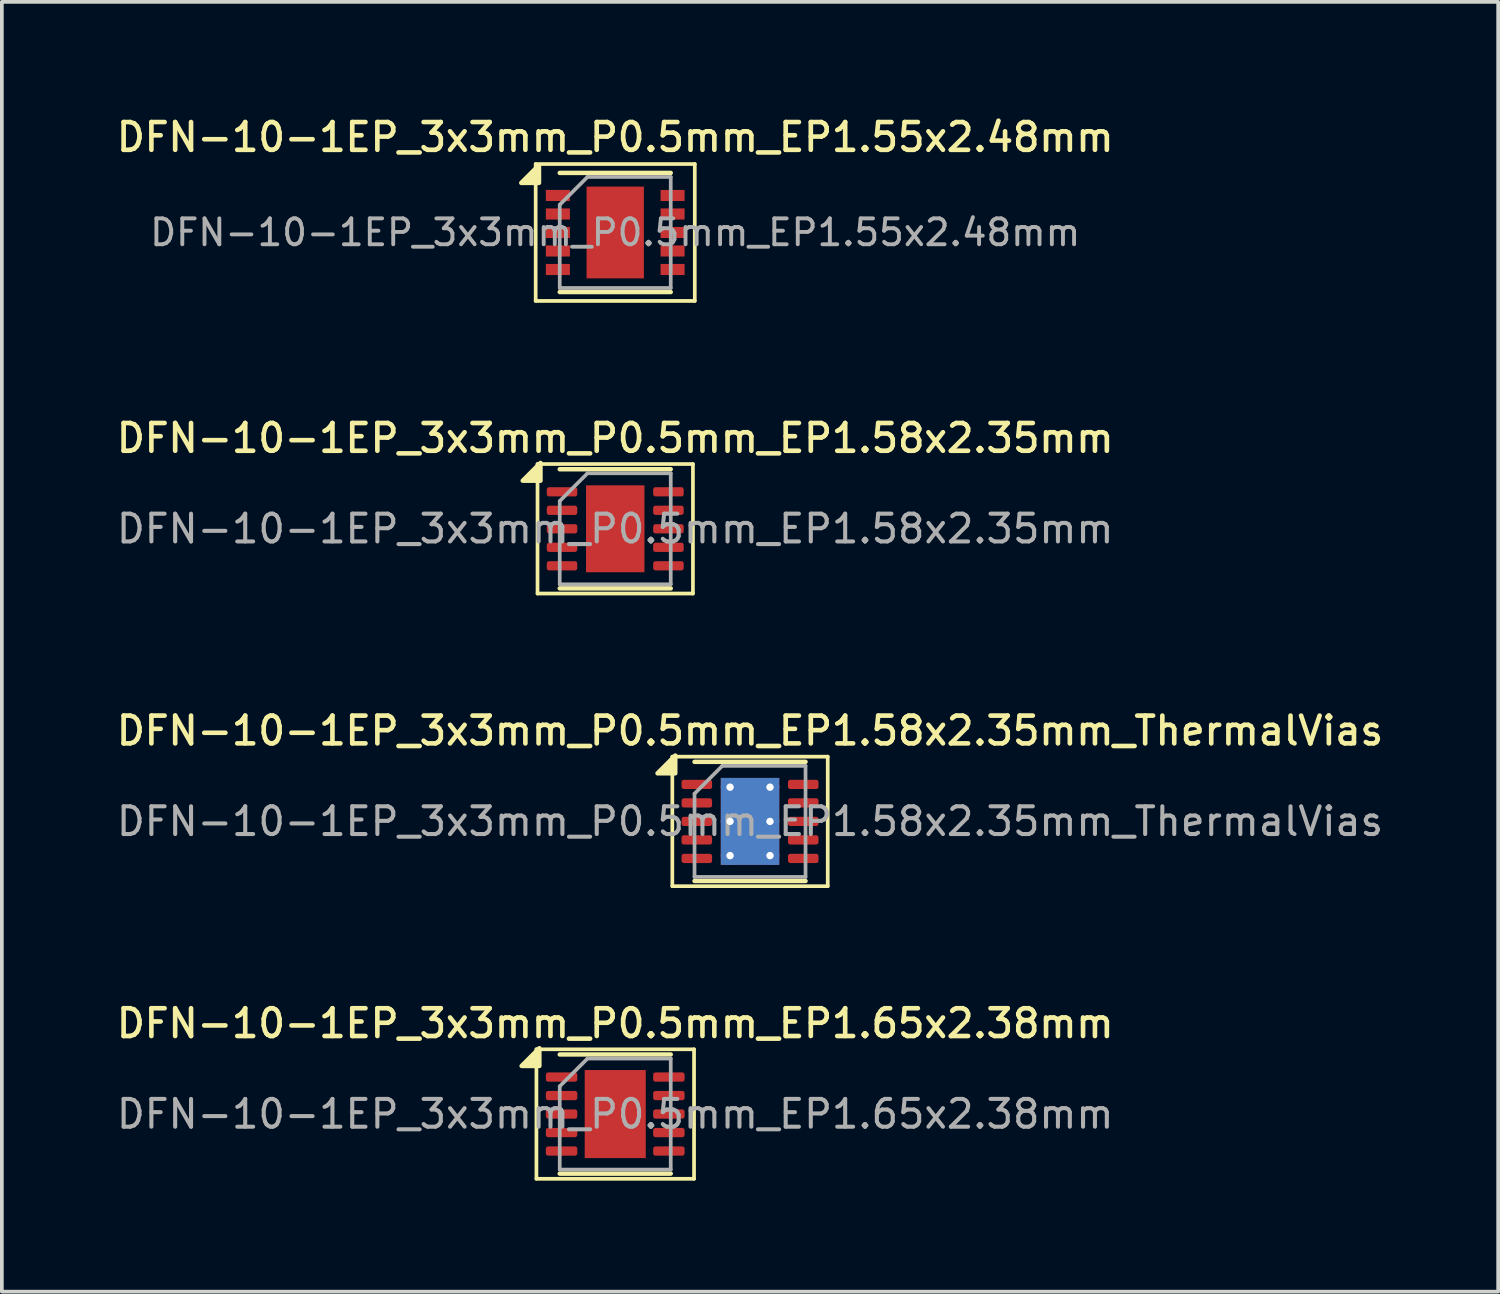
<source format=kicad_pcb>
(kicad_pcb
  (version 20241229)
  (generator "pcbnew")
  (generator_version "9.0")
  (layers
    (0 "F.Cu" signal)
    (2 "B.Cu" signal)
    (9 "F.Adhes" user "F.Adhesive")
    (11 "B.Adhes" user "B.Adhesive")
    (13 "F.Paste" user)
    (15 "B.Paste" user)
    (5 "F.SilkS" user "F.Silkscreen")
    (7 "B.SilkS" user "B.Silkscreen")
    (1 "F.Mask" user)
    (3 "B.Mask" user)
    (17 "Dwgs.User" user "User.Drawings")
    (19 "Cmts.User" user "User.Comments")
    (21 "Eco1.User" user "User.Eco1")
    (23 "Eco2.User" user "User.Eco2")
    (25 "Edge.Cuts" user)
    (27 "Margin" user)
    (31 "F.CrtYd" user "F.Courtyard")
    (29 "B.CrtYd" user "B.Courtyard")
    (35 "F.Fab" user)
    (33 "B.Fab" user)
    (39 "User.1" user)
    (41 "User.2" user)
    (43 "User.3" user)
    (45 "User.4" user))
  (footprint "DFN-10-1EP_3x3mm_P0.5mm_EP1.55x2.48mm"
    (layer "F.Cu")
    (at 13.577 3.233)
    (property "Reference" "DFN-10-1EP_3x3mm_P0.5mm_EP1.55x2.48mm" (at 0 -2.575 0) (layer "F.SilkS") (effects (font (size 0.75 0.75) (thickness 0.125))))
    (attr smd)
    (fp_line (start -2.15 -1.85) (end -2.15 1.85) (stroke (width 0.1) (type solid)) (layer "F.SilkS"))
    (fp_line (start -2.15 -1.85) (end 2.15 -1.85) (stroke (width 0.1) (type solid)) (layer "F.SilkS"))
    (fp_line (start -2.15 1.85) (end 2.15 1.85) (stroke (width 0.1) (type solid)) (layer "F.SilkS"))
    (fp_line (start -1.5 -1.61) (end 1.5 -1.61) (stroke (width 0.12) (type solid)) (layer "F.SilkS"))
    (fp_line (start -1.5 1.61) (end 1.5 1.61) (stroke (width 0.12) (type solid)) (layer "F.SilkS"))
    (fp_line (start 2.15 -1.85) (end 2.15 1.85) (stroke (width 0.1) (type solid)) (layer "F.SilkS"))
    (fp_poly (pts (xy -2.06 -1.34) (xy -2.54 -1.34) (xy -2.06 -1.82) (xy -2.06 -1.34)) (stroke (width 0.12) (type solid)) (fill yes) (layer "F.SilkS"))
    (fp_line (start -1.5 -0.75) (end -0.75 -1.5) (stroke (width 0.1) (type solid)) (layer "F.Fab"))
    (fp_line (start -1.5 1.5) (end -1.5 -0.75) (stroke (width 0.1) (type solid)) (layer "F.Fab"))
    (fp_line (start -0.75 -1.5) (end 1.5 -1.5) (stroke (width 0.1) (type solid)) (layer "F.Fab"))
    (fp_line (start 1.5 -1.5) (end 1.5 1.5) (stroke (width 0.1) (type solid)) (layer "F.Fab"))
    (fp_line (start 1.5 1.5) (end -1.5 1.5) (stroke (width 0.1) (type solid)) (layer "F.Fab"))
    (fp_text user "${REFERENCE}" (at 0 0 0) (layer "F.Fab") (effects (font (size 0.7 0.7) (thickness 0.105))))
    (pad "" smd rect (at -0.388 -0.62) (size 0.6 1.05) (layers "F.Paste"))
    (pad "" smd rect (at -0.388 0.62) (size 0.6 1.05) (layers "F.Paste"))
    (pad "" smd rect (at 0.388 -0.62) (size 0.6 1.05) (layers "F.Paste"))
    (pad "" smd rect (at 0.388 0.62) (size 0.6 1.05) (layers "F.Paste"))
    (pad "1" smd rect (at -1.55 -1) (size 0.65 0.3) (layers "F.Cu" "F.Mask" "F.Paste"))
    (pad "2" smd rect (at -1.55 -0.5) (size 0.65 0.3) (layers "F.Cu" "F.Mask" "F.Paste"))
    (pad "3" smd rect (at -1.55 0) (size 0.65 0.3) (layers "F.Cu" "F.Mask" "F.Paste"))
    (pad "4" smd rect (at -1.55 0.5) (size 0.65 0.3) (layers "F.Cu" "F.Mask" "F.Paste"))
    (pad "5" smd rect (at -1.55 1) (size 0.65 0.3) (layers "F.Cu" "F.Mask" "F.Paste"))
    (pad "6" smd rect (at 1.55 1) (size 0.65 0.3) (layers "F.Cu" "F.Mask" "F.Paste"))
    (pad "7" smd rect (at 1.55 0.5) (size 0.65 0.3) (layers "F.Cu" "F.Mask" "F.Paste"))
    (pad "8" smd rect (at 1.55 0) (size 0.65 0.3) (layers "F.Cu" "F.Mask" "F.Paste"))
    (pad "9" smd rect (at 1.55 -0.5) (size 0.65 0.3) (layers "F.Cu" "F.Mask" "F.Paste"))
    (pad "10" smd rect (at 1.55 -1) (size 0.65 0.3) (layers "F.Cu" "F.Mask" "F.Paste"))
    (pad "11" smd rect (at 0 0) (size 1.55 2.48) (layers "F.Cu" "F.Mask")))
  (footprint "DFN-10-1EP_3x3mm_P0.5mm_EP1.58x2.35mm_ThermalVias"
    (layer "F.Cu")
    (at 17.22 19.149)
    (property "Reference" "DFN-10-1EP_3x3mm_P0.5mm_EP1.58x2.35mm_ThermalVias" (at 0 -2.45 0) (layer "F.SilkS") (effects (font (size 0.75 0.75) (thickness 0.125))))
    (attr smd)
    (fp_line (start -2.1 -1.75) (end -2.1 1.75) (stroke (width 0.1) (type solid)) (layer "F.SilkS"))
    (fp_line (start -2.1 1.75) (end 2.1 1.75) (stroke (width 0.1) (type solid)) (layer "F.SilkS"))
    (fp_line (start -1.5 -1.61) (end 1.5 -1.61) (stroke (width 0.12) (type solid)) (layer "F.SilkS"))
    (fp_line (start -1.5 1.61) (end 1.5 1.61) (stroke (width 0.12) (type solid)) (layer "F.SilkS"))
    (fp_line (start 2.1 -1.75) (end -2.1 -1.75) (stroke (width 0.1) (type solid)) (layer "F.SilkS"))
    (fp_line (start 2.1 1.75) (end 2.1 -1.75) (stroke (width 0.1) (type solid)) (layer "F.SilkS"))
    (fp_poly (pts (xy -2.02 -1.3) (xy -2.5 -1.3) (xy -2.02 -1.78) (xy -2.02 -1.3)) (stroke (width 0.12) (type solid)) (fill yes) (layer "F.SilkS"))
    (fp_line (start -1.5 -0.75) (end -0.75 -1.5) (stroke (width 0.1) (type solid)) (layer "F.Fab"))
    (fp_line (start -1.5 1.5) (end -1.5 -0.75) (stroke (width 0.1) (type solid)) (layer "F.Fab"))
    (fp_line (start -0.75 -1.5) (end 1.5 -1.5) (stroke (width 0.1) (type solid)) (layer "F.Fab"))
    (fp_line (start 1.5 -1.5) (end 1.5 1.5) (stroke (width 0.1) (type solid)) (layer "F.Fab"))
    (fp_line (start 1.5 1.5) (end -1.5 1.5) (stroke (width 0.1) (type solid)) (layer "F.Fab"))
    (fp_text user "${REFERENCE}" (at 0 0 0) (layer "F.Fab") (effects (font (size 0.75 0.75) (thickness 0.11))))
    (pad "" smd roundrect (at 0 -0.59) (size 1.27 0.95) (layers "F.Paste") (roundrect_rratio 0.25))
    (pad "" smd roundrect (at 0 0.59) (size 1.27 0.95) (layers "F.Paste") (roundrect_rratio 0.25))
    (pad "1" smd roundrect (at -1.438 -1) (size 0.825 0.25) (layers "F.Cu" "F.Mask" "F.Paste") (roundrect_rratio 0.25))
    (pad "2" smd roundrect (at -1.438 -0.5) (size 0.825 0.25) (layers "F.Cu" "F.Mask" "F.Paste") (roundrect_rratio 0.25))
    (pad "3" smd roundrect (at -1.438 0) (size 0.825 0.25) (layers "F.Cu" "F.Mask" "F.Paste") (roundrect_rratio 0.25))
    (pad "4" smd roundrect (at -1.438 0.5) (size 0.825 0.25) (layers "F.Cu" "F.Mask" "F.Paste") (roundrect_rratio 0.25))
    (pad "5" smd roundrect (at -1.438 1) (size 0.825 0.25) (layers "F.Cu" "F.Mask" "F.Paste") (roundrect_rratio 0.25))
    (pad "6" smd roundrect (at 1.438 1) (size 0.825 0.25) (layers "F.Cu" "F.Mask" "F.Paste") (roundrect_rratio 0.25))
    (pad "7" smd roundrect (at 1.438 0.5) (size 0.825 0.25) (layers "F.Cu" "F.Mask" "F.Paste") (roundrect_rratio 0.25))
    (pad "8" smd roundrect (at 1.438 0) (size 0.825 0.25) (layers "F.Cu" "F.Mask" "F.Paste") (roundrect_rratio 0.25))
    (pad "9" smd roundrect (at 1.438 -0.5) (size 0.825 0.25) (layers "F.Cu" "F.Mask" "F.Paste") (roundrect_rratio 0.25))
    (pad "10" smd roundrect (at 1.438 -1) (size 0.825 0.25) (layers "F.Cu" "F.Mask" "F.Paste") (roundrect_rratio 0.25))
    (pad "11" thru_hole circle (at -0.54 -0.925) (size 0.5 0.5) (drill 0.2) (property pad_prop_heatsink) (layers "*.Cu"))
    (pad "11" thru_hole circle (at -0.54 0) (size 0.5 0.5) (drill 0.2) (property pad_prop_heatsink) (layers "*.Cu"))
    (pad "11" thru_hole circle (at -0.54 0.925) (size 0.5 0.5) (drill 0.2) (property pad_prop_heatsink) (layers "*.Cu"))
    (pad "11" smd rect (at 0 0) (size 1.58 2.35) (property pad_prop_heatsink) (layers "F.Cu" "F.Mask"))
    (pad "11" smd rect (at 0 0) (size 1.58 2.35) (property pad_prop_heatsink) (layers "B.Cu"))
    (pad "11" thru_hole circle (at 0.54 -0.925) (size 0.5 0.5) (drill 0.2) (property pad_prop_heatsink) (layers "*.Cu"))
    (pad "11" thru_hole circle (at 0.54 0) (size 0.5 0.5) (drill 0.2) (property pad_prop_heatsink) (layers "*.Cu"))
    (pad "11" thru_hole circle (at 0.54 0.925) (size 0.5 0.5) (drill 0.2) (property pad_prop_heatsink) (layers "*.Cu")))
  (footprint "DFN-10-1EP_3x3mm_P0.5mm_EP1.65x2.38mm"
    (layer "F.Cu")
    (at 13.577 27.058)
    (property "Reference" "DFN-10-1EP_3x3mm_P0.5mm_EP1.65x2.38mm" (at 0 -2.45 0) (layer "F.SilkS") (effects (font (size 0.75 0.75) (thickness 0.125))))
    (attr smd)
    (fp_line (start -2.13 -1.75) (end -2.13 1.75) (stroke (width 0.1) (type solid)) (layer "F.SilkS"))
    (fp_line (start -2.13 1.75) (end 2.13 1.75) (stroke (width 0.1) (type solid)) (layer "F.SilkS"))
    (fp_line (start -1.5 -1.61) (end 1.5 -1.61) (stroke (width 0.12) (type solid)) (layer "F.SilkS"))
    (fp_line (start -1.5 1.61) (end 1.5 1.61) (stroke (width 0.12) (type solid)) (layer "F.SilkS"))
    (fp_line (start 2.13 -1.75) (end -2.13 -1.75) (stroke (width 0.1) (type solid)) (layer "F.SilkS"))
    (fp_line (start 2.13 1.75) (end 2.13 -1.75) (stroke (width 0.1) (type solid)) (layer "F.SilkS"))
    (fp_poly (pts (xy -2.05 -1.3) (xy -2.53 -1.3) (xy -2.05 -1.78) (xy -2.05 -1.3)) (stroke (width 0.12) (type solid)) (fill yes) (layer "F.SilkS"))
    (fp_line (start -1.5 -0.75) (end -0.75 -1.5) (stroke (width 0.1) (type solid)) (layer "F.Fab"))
    (fp_line (start -1.5 1.5) (end -1.5 -0.75) (stroke (width 0.1) (type solid)) (layer "F.Fab"))
    (fp_line (start -0.75 -1.5) (end 1.5 -1.5) (stroke (width 0.1) (type solid)) (layer "F.Fab"))
    (fp_line (start 1.5 -1.5) (end 1.5 1.5) (stroke (width 0.1) (type solid)) (layer "F.Fab"))
    (fp_line (start 1.5 1.5) (end -1.5 1.5) (stroke (width 0.1) (type solid)) (layer "F.Fab"))
    (fp_text user "${REFERENCE}" (at 0 0 0) (layer "F.Fab") (effects (font (size 0.75 0.75) (thickness 0.11))))
    (pad "" smd roundrect (at -0.41 -0.595) (size 0.67 0.96) (layers "F.Paste") (roundrect_rratio 0.25))
    (pad "" smd roundrect (at -0.41 0.595) (size 0.67 0.96) (layers "F.Paste") (roundrect_rratio 0.25))
    (pad "" smd roundrect (at 0.41 -0.595) (size 0.67 0.96) (layers "F.Paste") (roundrect_rratio 0.25))
    (pad "" smd roundrect (at 0.41 0.595) (size 0.67 0.96) (layers "F.Paste") (roundrect_rratio 0.25))
    (pad "1" smd roundrect (at -1.45 -1) (size 0.85 0.25) (layers "F.Cu" "F.Mask" "F.Paste") (roundrect_rratio 0.25))
    (pad "2" smd roundrect (at -1.45 -0.5) (size 0.85 0.25) (layers "F.Cu" "F.Mask" "F.Paste") (roundrect_rratio 0.25))
    (pad "3" smd roundrect (at -1.45 0) (size 0.85 0.25) (layers "F.Cu" "F.Mask" "F.Paste") (roundrect_rratio 0.25))
    (pad "4" smd roundrect (at -1.45 0.5) (size 0.85 0.25) (layers "F.Cu" "F.Mask" "F.Paste") (roundrect_rratio 0.25))
    (pad "5" smd roundrect (at -1.45 1) (size 0.85 0.25) (layers "F.Cu" "F.Mask" "F.Paste") (roundrect_rratio 0.25))
    (pad "6" smd roundrect (at 1.45 1) (size 0.85 0.25) (layers "F.Cu" "F.Mask" "F.Paste") (roundrect_rratio 0.25))
    (pad "7" smd roundrect (at 1.45 0.5) (size 0.85 0.25) (layers "F.Cu" "F.Mask" "F.Paste") (roundrect_rratio 0.25))
    (pad "8" smd roundrect (at 1.45 0) (size 0.85 0.25) (layers "F.Cu" "F.Mask" "F.Paste") (roundrect_rratio 0.25))
    (pad "9" smd roundrect (at 1.45 -0.5) (size 0.85 0.25) (layers "F.Cu" "F.Mask" "F.Paste") (roundrect_rratio 0.25))
    (pad "10" smd roundrect (at 1.45 -1) (size 0.85 0.25) (layers "F.Cu" "F.Mask" "F.Paste") (roundrect_rratio 0.25))
    (pad "11" smd rect (at 0 0) (size 1.65 2.38) (property pad_prop_heatsink) (layers "F.Cu" "F.Mask")))
  (footprint "DFN-10-1EP_3x3mm_P0.5mm_EP1.58x2.35mm"
    (layer "F.Cu")
    (at 13.577 11.241)
    (property "Reference" "DFN-10-1EP_3x3mm_P0.5mm_EP1.58x2.35mm" (at 0 -2.45 0) (layer "F.SilkS") (effects (font (size 0.75 0.75) (thickness 0.125))))
    (attr smd)
    (fp_line (start -2.1 -1.75) (end -2.1 1.75) (stroke (width 0.1) (type solid)) (layer "F.SilkS"))
    (fp_line (start -2.1 1.75) (end 2.1 1.75) (stroke (width 0.1) (type solid)) (layer "F.SilkS"))
    (fp_line (start -1.5 -1.61) (end 1.5 -1.61) (stroke (width 0.12) (type solid)) (layer "F.SilkS"))
    (fp_line (start -1.5 1.61) (end 1.5 1.61) (stroke (width 0.12) (type solid)) (layer "F.SilkS"))
    (fp_line (start 2.1 -1.75) (end -2.1 -1.75) (stroke (width 0.1) (type solid)) (layer "F.SilkS"))
    (fp_line (start 2.1 1.75) (end 2.1 -1.75) (stroke (width 0.1) (type solid)) (layer "F.SilkS"))
    (fp_poly (pts (xy -2.02 -1.3) (xy -2.5 -1.3) (xy -2.02 -1.78) (xy -2.02 -1.3)) (stroke (width 0.12) (type solid)) (fill yes) (layer "F.SilkS"))
    (fp_line (start -1.5 -0.75) (end -0.75 -1.5) (stroke (width 0.1) (type solid)) (layer "F.Fab"))
    (fp_line (start -1.5 1.5) (end -1.5 -0.75) (stroke (width 0.1) (type solid)) (layer "F.Fab"))
    (fp_line (start -0.75 -1.5) (end 1.5 -1.5) (stroke (width 0.1) (type solid)) (layer "F.Fab"))
    (fp_line (start 1.5 -1.5) (end 1.5 1.5) (stroke (width 0.1) (type solid)) (layer "F.Fab"))
    (fp_line (start 1.5 1.5) (end -1.5 1.5) (stroke (width 0.1) (type solid)) (layer "F.Fab"))
    (fp_text user "${REFERENCE}" (at 0 0 0) (layer "F.Fab") (effects (font (size 0.75 0.75) (thickness 0.11))))
    (pad "" smd roundrect (at -0.395 -0.59) (size 0.64 0.95) (layers "F.Paste") (roundrect_rratio 0.25))
    (pad "" smd roundrect (at -0.395 0.59) (size 0.64 0.95) (layers "F.Paste") (roundrect_rratio 0.25))
    (pad "" smd roundrect (at 0.395 -0.59) (size 0.64 0.95) (layers "F.Paste") (roundrect_rratio 0.25))
    (pad "" smd roundrect (at 0.395 0.59) (size 0.64 0.95) (layers "F.Paste") (roundrect_rratio 0.25))
    (pad "1" smd roundrect (at -1.438 -1) (size 0.825 0.25) (layers "F.Cu" "F.Mask" "F.Paste") (roundrect_rratio 0.25))
    (pad "2" smd roundrect (at -1.438 -0.5) (size 0.825 0.25) (layers "F.Cu" "F.Mask" "F.Paste") (roundrect_rratio 0.25))
    (pad "3" smd roundrect (at -1.438 0) (size 0.825 0.25) (layers "F.Cu" "F.Mask" "F.Paste") (roundrect_rratio 0.25))
    (pad "4" smd roundrect (at -1.438 0.5) (size 0.825 0.25) (layers "F.Cu" "F.Mask" "F.Paste") (roundrect_rratio 0.25))
    (pad "5" smd roundrect (at -1.438 1) (size 0.825 0.25) (layers "F.Cu" "F.Mask" "F.Paste") (roundrect_rratio 0.25))
    (pad "6" smd roundrect (at 1.438 1) (size 0.825 0.25) (layers "F.Cu" "F.Mask" "F.Paste") (roundrect_rratio 0.25))
    (pad "7" smd roundrect (at 1.438 0.5) (size 0.825 0.25) (layers "F.Cu" "F.Mask" "F.Paste") (roundrect_rratio 0.25))
    (pad "8" smd roundrect (at 1.438 0) (size 0.825 0.25) (layers "F.Cu" "F.Mask" "F.Paste") (roundrect_rratio 0.25))
    (pad "9" smd roundrect (at 1.438 -0.5) (size 0.825 0.25) (layers "F.Cu" "F.Mask" "F.Paste") (roundrect_rratio 0.25))
    (pad "10" smd roundrect (at 1.438 -1) (size 0.825 0.25) (layers "F.Cu" "F.Mask" "F.Paste") (roundrect_rratio 0.25))
    (pad "11" smd rect (at 0 0) (size 1.58 2.35) (property pad_prop_heatsink) (layers "F.Cu" "F.Mask")))
  (gr_rect
    (start -3 -3)
    (end 37.439 31.858)
    (stroke (width 0.1) (type default))
    (fill no)
    (layer "Edge.Cuts")))
</source>
